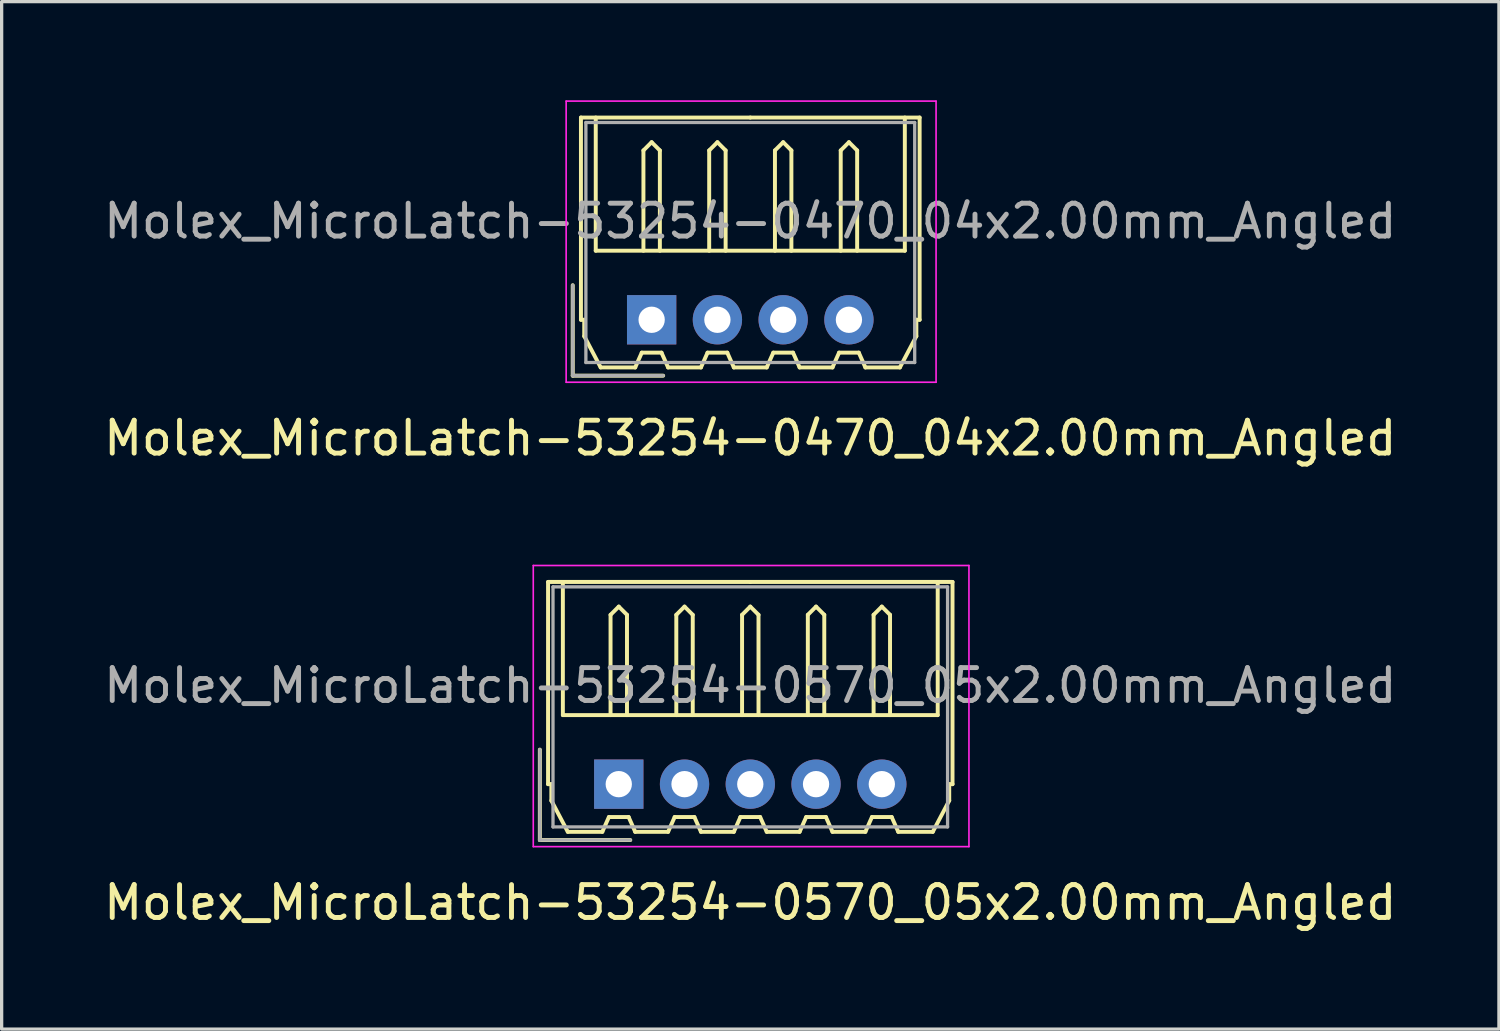
<source format=kicad_pcb>
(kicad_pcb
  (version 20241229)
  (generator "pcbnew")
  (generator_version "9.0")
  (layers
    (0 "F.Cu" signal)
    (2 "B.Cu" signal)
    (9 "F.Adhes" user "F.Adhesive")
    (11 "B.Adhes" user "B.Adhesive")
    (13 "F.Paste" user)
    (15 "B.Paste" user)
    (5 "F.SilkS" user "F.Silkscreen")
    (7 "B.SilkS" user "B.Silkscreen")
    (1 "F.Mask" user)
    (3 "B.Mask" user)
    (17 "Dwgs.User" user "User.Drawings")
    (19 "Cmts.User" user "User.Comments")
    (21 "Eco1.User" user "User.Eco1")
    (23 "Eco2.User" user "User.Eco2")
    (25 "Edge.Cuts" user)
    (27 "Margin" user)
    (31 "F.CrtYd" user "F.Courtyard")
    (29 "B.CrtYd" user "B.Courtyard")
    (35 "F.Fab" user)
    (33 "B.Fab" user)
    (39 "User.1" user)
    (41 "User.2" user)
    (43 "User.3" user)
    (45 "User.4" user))
  (footprint "Molex_MicroLatch-53254-0570_05x2.00mm_Angled"
    (layer "F.Cu")
    (at 15.768 20.798)
    (property "Reference" "Molex_MicroLatch-53254-0570_05x2.00mm_Angled" (at 4 3.6 0) (layer "F.SilkS") (effects (font (size 1 1) (thickness 0.15))))
    (attr through_hole)
    (fp_line (start -2.4 1.7) (end -2.4 -1.05) (stroke (width 0.12) (type solid)) (layer "F.SilkS"))
    (fp_line (start -2.15 -6.15) (end 4 -6.15) (stroke (width 0.12) (type solid)) (layer "F.SilkS"))
    (fp_line (start -2.15 0) (end -2.15 -6.15) (stroke (width 0.12) (type solid)) (layer "F.SilkS"))
    (fp_line (start -2.05 0) (end -2.15 0) (stroke (width 0.12) (type solid)) (layer "F.SilkS"))
    (fp_line (start -2.05 0.5) (end -2.05 0) (stroke (width 0.12) (type solid)) (layer "F.SilkS"))
    (fp_line (start -1.7 -6.15) (end -1.7 -2.1) (stroke (width 0.12) (type solid)) (layer "F.SilkS"))
    (fp_line (start -1.7 -2.1) (end 9.7 -2.1) (stroke (width 0.12) (type solid)) (layer "F.SilkS"))
    (fp_line (start -1.55 1.45) (end -2.05 0.5) (stroke (width 0.12) (type solid)) (layer "F.SilkS"))
    (fp_line (start -0.5 1.45) (end -1.55 1.45) (stroke (width 0.12) (type solid)) (layer "F.SilkS"))
    (fp_line (start -0.3 1) (end -0.5 1.45) (stroke (width 0.12) (type solid)) (layer "F.SilkS"))
    (fp_line (start -0.3 1) (end 0.3 1) (stroke (width 0.12) (type solid)) (layer "F.SilkS"))
    (fp_line (start -0.25 -5.15) (end 0 -5.4) (stroke (width 0.12) (type solid)) (layer "F.SilkS"))
    (fp_line (start -0.25 -2.1) (end -0.25 -5.15) (stroke (width 0.12) (type solid)) (layer "F.SilkS"))
    (fp_line (start 0 -5.4) (end 0.25 -5.15) (stroke (width 0.12) (type solid)) (layer "F.SilkS"))
    (fp_line (start 0.25 -5.15) (end 0.25 -2.1) (stroke (width 0.12) (type solid)) (layer "F.SilkS"))
    (fp_line (start 0.3 1) (end 0.5 1.45) (stroke (width 0.12) (type solid)) (layer "F.SilkS"))
    (fp_line (start 0.35 1.7) (end -2.4 1.7) (stroke (width 0.12) (type solid)) (layer "F.SilkS"))
    (fp_line (start 0.5 1.45) (end 1.5 1.45) (stroke (width 0.12) (type solid)) (layer "F.SilkS"))
    (fp_line (start 1.5 1.45) (end 1.7 1) (stroke (width 0.12) (type solid)) (layer "F.SilkS"))
    (fp_line (start 1.7 1) (end 2.3 1) (stroke (width 0.12) (type solid)) (layer "F.SilkS"))
    (fp_line (start 1.75 -5.15) (end 2 -5.4) (stroke (width 0.12) (type solid)) (layer "F.SilkS"))
    (fp_line (start 1.75 -2.1) (end 1.75 -5.15) (stroke (width 0.12) (type solid)) (layer "F.SilkS"))
    (fp_line (start 2 -5.4) (end 2.25 -5.15) (stroke (width 0.12) (type solid)) (layer "F.SilkS"))
    (fp_line (start 2.25 -5.15) (end 2.25 -2.1) (stroke (width 0.12) (type solid)) (layer "F.SilkS"))
    (fp_line (start 2.3 1) (end 2.5 1.45) (stroke (width 0.12) (type solid)) (layer "F.SilkS"))
    (fp_line (start 2.5 1.45) (end 3.5 1.45) (stroke (width 0.12) (type solid)) (layer "F.SilkS"))
    (fp_line (start 3.5 1.45) (end 3.7 1) (stroke (width 0.12) (type solid)) (layer "F.SilkS"))
    (fp_line (start 3.7 1) (end 4.3 1) (stroke (width 0.12) (type solid)) (layer "F.SilkS"))
    (fp_line (start 3.75 -5.15) (end 4 -5.4) (stroke (width 0.12) (type solid)) (layer "F.SilkS"))
    (fp_line (start 3.75 -2.1) (end 3.75 -5.15) (stroke (width 0.12) (type solid)) (layer "F.SilkS"))
    (fp_line (start 4 -5.4) (end 4.25 -5.15) (stroke (width 0.12) (type solid)) (layer "F.SilkS"))
    (fp_line (start 4.25 -5.15) (end 4.25 -2.1) (stroke (width 0.12) (type solid)) (layer "F.SilkS"))
    (fp_line (start 4.3 1) (end 4.5 1.45) (stroke (width 0.12) (type solid)) (layer "F.SilkS"))
    (fp_line (start 4.5 1.45) (end 5.5 1.45) (stroke (width 0.12) (type solid)) (layer "F.SilkS"))
    (fp_line (start 5.5 1.45) (end 5.7 1) (stroke (width 0.12) (type solid)) (layer "F.SilkS"))
    (fp_line (start 5.7 1) (end 6.3 1) (stroke (width 0.12) (type solid)) (layer "F.SilkS"))
    (fp_line (start 5.75 -5.15) (end 6 -5.4) (stroke (width 0.12) (type solid)) (layer "F.SilkS"))
    (fp_line (start 5.75 -2.1) (end 5.75 -5.15) (stroke (width 0.12) (type solid)) (layer "F.SilkS"))
    (fp_line (start 6 -5.4) (end 6.25 -5.15) (stroke (width 0.12) (type solid)) (layer "F.SilkS"))
    (fp_line (start 6.25 -5.15) (end 6.25 -2.1) (stroke (width 0.12) (type solid)) (layer "F.SilkS"))
    (fp_line (start 6.3 1) (end 6.5 1.45) (stroke (width 0.12) (type solid)) (layer "F.SilkS"))
    (fp_line (start 6.5 1.45) (end 7.5 1.45) (stroke (width 0.12) (type solid)) (layer "F.SilkS"))
    (fp_line (start 7.5 1.45) (end 7.7 1) (stroke (width 0.12) (type solid)) (layer "F.SilkS"))
    (fp_line (start 7.7 1) (end 8.3 1) (stroke (width 0.12) (type solid)) (layer "F.SilkS"))
    (fp_line (start 7.75 -5.15) (end 8 -5.4) (stroke (width 0.12) (type solid)) (layer "F.SilkS"))
    (fp_line (start 7.75 -2.1) (end 7.75 -5.15) (stroke (width 0.12) (type solid)) (layer "F.SilkS"))
    (fp_line (start 8 -5.4) (end 8.25 -5.15) (stroke (width 0.12) (type solid)) (layer "F.SilkS"))
    (fp_line (start 8.25 -5.15) (end 8.25 -2.1) (stroke (width 0.12) (type solid)) (layer "F.SilkS"))
    (fp_line (start 8.3 1) (end 8.5 1.45) (stroke (width 0.12) (type solid)) (layer "F.SilkS"))
    (fp_line (start 8.5 1.45) (end 9.55 1.45) (stroke (width 0.12) (type solid)) (layer "F.SilkS"))
    (fp_line (start 9.55 1.45) (end 10.05 0.5) (stroke (width 0.12) (type solid)) (layer "F.SilkS"))
    (fp_line (start 9.7 -2.1) (end 9.7 -6.15) (stroke (width 0.12) (type solid)) (layer "F.SilkS"))
    (fp_line (start 10.05 0) (end 10.15 0) (stroke (width 0.12) (type solid)) (layer "F.SilkS"))
    (fp_line (start 10.05 0.5) (end 10.05 0) (stroke (width 0.12) (type solid)) (layer "F.SilkS"))
    (fp_line (start 10.15 -6.15) (end 4 -6.15) (stroke (width 0.12) (type solid)) (layer "F.SilkS"))
    (fp_line (start 10.15 0) (end 10.15 -6.15) (stroke (width 0.12) (type solid)) (layer "F.SilkS"))
    (fp_line (start -2.6 -6.65) (end -2.6 1.9) (stroke (width 0.05) (type solid)) (layer "F.CrtYd"))
    (fp_line (start -2.6 1.9) (end 10.65 1.9) (stroke (width 0.05) (type solid)) (layer "F.CrtYd"))
    (fp_line (start 10.65 -6.65) (end -2.6 -6.65) (stroke (width 0.05) (type solid)) (layer "F.CrtYd"))
    (fp_line (start 10.65 1.9) (end 10.65 -6.65) (stroke (width 0.05) (type solid)) (layer "F.CrtYd"))
    (fp_line (start -2.4 1.7) (end -2.4 -1.05) (stroke (width 0.1) (type solid)) (layer "F.Fab"))
    (fp_line (start -2 -6) (end -2 1.3) (stroke (width 0.1) (type solid)) (layer "F.Fab"))
    (fp_line (start -2 1.3) (end 10 1.3) (stroke (width 0.1) (type solid)) (layer "F.Fab"))
    (fp_line (start 0.35 1.7) (end -2.4 1.7) (stroke (width 0.1) (type solid)) (layer "F.Fab"))
    (fp_line (start 10 -6) (end -2 -6) (stroke (width 0.1) (type solid)) (layer "F.Fab"))
    (fp_line (start 10 1.3) (end 10 -6) (stroke (width 0.1) (type solid)) (layer "F.Fab"))
    (fp_text user "${REFERENCE}" (at 4 -3 0) (layer "F.Fab") (effects (font (size 1 1) (thickness 0.15))))
    (pad "1" thru_hole rect (at 0 0) (size 1.5 1.5) (drill 0.8) (layers "*.Cu" "*.Mask"))
    (pad "2" thru_hole circle (at 2 0) (size 1.5 1.5) (drill 0.8) (layers "*.Cu" "*.Mask"))
    (pad "3" thru_hole circle (at 4 0) (size 1.5 1.5) (drill 0.8) (layers "*.Cu" "*.Mask"))
    (pad "4" thru_hole circle (at 6 0) (size 1.5 1.5) (drill 0.8) (layers "*.Cu" "*.Mask"))
    (pad "5" thru_hole circle (at 8 0) (size 1.5 1.5) (drill 0.8) (layers "*.Cu" "*.Mask")))
  (footprint "Molex_MicroLatch-53254-0470_04x2.00mm_Angled"
    (layer "F.Cu")
    (at 16.768 6.675)
    (property "Reference" "Molex_MicroLatch-53254-0470_04x2.00mm_Angled" (at 3 3.6 0) (layer "F.SilkS") (effects (font (size 1 1) (thickness 0.15))))
    (attr through_hole)
    (fp_line (start -2.4 1.7) (end -2.4 -1.05) (stroke (width 0.12) (type solid)) (layer "F.SilkS"))
    (fp_line (start -2.15 -6.15) (end 3 -6.15) (stroke (width 0.12) (type solid)) (layer "F.SilkS"))
    (fp_line (start -2.15 0) (end -2.15 -6.15) (stroke (width 0.12) (type solid)) (layer "F.SilkS"))
    (fp_line (start -2.05 0) (end -2.15 0) (stroke (width 0.12) (type solid)) (layer "F.SilkS"))
    (fp_line (start -2.05 0.5) (end -2.05 0) (stroke (width 0.12) (type solid)) (layer "F.SilkS"))
    (fp_line (start -1.7 -6.15) (end -1.7 -2.1) (stroke (width 0.12) (type solid)) (layer "F.SilkS"))
    (fp_line (start -1.7 -2.1) (end 7.7 -2.1) (stroke (width 0.12) (type solid)) (layer "F.SilkS"))
    (fp_line (start -1.55 1.45) (end -2.05 0.5) (stroke (width 0.12) (type solid)) (layer "F.SilkS"))
    (fp_line (start -0.5 1.45) (end -1.55 1.45) (stroke (width 0.12) (type solid)) (layer "F.SilkS"))
    (fp_line (start -0.3 1) (end -0.5 1.45) (stroke (width 0.12) (type solid)) (layer "F.SilkS"))
    (fp_line (start -0.3 1) (end 0.3 1) (stroke (width 0.12) (type solid)) (layer "F.SilkS"))
    (fp_line (start -0.25 -5.15) (end 0 -5.4) (stroke (width 0.12) (type solid)) (layer "F.SilkS"))
    (fp_line (start -0.25 -2.1) (end -0.25 -5.15) (stroke (width 0.12) (type solid)) (layer "F.SilkS"))
    (fp_line (start 0 -5.4) (end 0.25 -5.15) (stroke (width 0.12) (type solid)) (layer "F.SilkS"))
    (fp_line (start 0.25 -5.15) (end 0.25 -2.1) (stroke (width 0.12) (type solid)) (layer "F.SilkS"))
    (fp_line (start 0.3 1) (end 0.5 1.45) (stroke (width 0.12) (type solid)) (layer "F.SilkS"))
    (fp_line (start 0.35 1.7) (end -2.4 1.7) (stroke (width 0.12) (type solid)) (layer "F.SilkS"))
    (fp_line (start 0.5 1.45) (end 1.5 1.45) (stroke (width 0.12) (type solid)) (layer "F.SilkS"))
    (fp_line (start 1.5 1.45) (end 1.7 1) (stroke (width 0.12) (type solid)) (layer "F.SilkS"))
    (fp_line (start 1.7 1) (end 2.3 1) (stroke (width 0.12) (type solid)) (layer "F.SilkS"))
    (fp_line (start 1.75 -5.15) (end 2 -5.4) (stroke (width 0.12) (type solid)) (layer "F.SilkS"))
    (fp_line (start 1.75 -2.1) (end 1.75 -5.15) (stroke (width 0.12) (type solid)) (layer "F.SilkS"))
    (fp_line (start 2 -5.4) (end 2.25 -5.15) (stroke (width 0.12) (type solid)) (layer "F.SilkS"))
    (fp_line (start 2.25 -5.15) (end 2.25 -2.1) (stroke (width 0.12) (type solid)) (layer "F.SilkS"))
    (fp_line (start 2.3 1) (end 2.5 1.45) (stroke (width 0.12) (type solid)) (layer "F.SilkS"))
    (fp_line (start 2.5 1.45) (end 3.5 1.45) (stroke (width 0.12) (type solid)) (layer "F.SilkS"))
    (fp_line (start 3.5 1.45) (end 3.7 1) (stroke (width 0.12) (type solid)) (layer "F.SilkS"))
    (fp_line (start 3.7 1) (end 4.3 1) (stroke (width 0.12) (type solid)) (layer "F.SilkS"))
    (fp_line (start 3.75 -5.15) (end 4 -5.4) (stroke (width 0.12) (type solid)) (layer "F.SilkS"))
    (fp_line (start 3.75 -2.1) (end 3.75 -5.15) (stroke (width 0.12) (type solid)) (layer "F.SilkS"))
    (fp_line (start 4 -5.4) (end 4.25 -5.15) (stroke (width 0.12) (type solid)) (layer "F.SilkS"))
    (fp_line (start 4.25 -5.15) (end 4.25 -2.1) (stroke (width 0.12) (type solid)) (layer "F.SilkS"))
    (fp_line (start 4.3 1) (end 4.5 1.45) (stroke (width 0.12) (type solid)) (layer "F.SilkS"))
    (fp_line (start 4.5 1.45) (end 5.5 1.45) (stroke (width 0.12) (type solid)) (layer "F.SilkS"))
    (fp_line (start 5.5 1.45) (end 5.7 1) (stroke (width 0.12) (type solid)) (layer "F.SilkS"))
    (fp_line (start 5.7 1) (end 6.3 1) (stroke (width 0.12) (type solid)) (layer "F.SilkS"))
    (fp_line (start 5.75 -5.15) (end 6 -5.4) (stroke (width 0.12) (type solid)) (layer "F.SilkS"))
    (fp_line (start 5.75 -2.1) (end 5.75 -5.15) (stroke (width 0.12) (type solid)) (layer "F.SilkS"))
    (fp_line (start 6 -5.4) (end 6.25 -5.15) (stroke (width 0.12) (type solid)) (layer "F.SilkS"))
    (fp_line (start 6.25 -5.15) (end 6.25 -2.1) (stroke (width 0.12) (type solid)) (layer "F.SilkS"))
    (fp_line (start 6.3 1) (end 6.5 1.45) (stroke (width 0.12) (type solid)) (layer "F.SilkS"))
    (fp_line (start 6.5 1.45) (end 7.55 1.45) (stroke (width 0.12) (type solid)) (layer "F.SilkS"))
    (fp_line (start 7.55 1.45) (end 8.05 0.5) (stroke (width 0.12) (type solid)) (layer "F.SilkS"))
    (fp_line (start 7.7 -2.1) (end 7.7 -6.15) (stroke (width 0.12) (type solid)) (layer "F.SilkS"))
    (fp_line (start 8.05 0) (end 8.15 0) (stroke (width 0.12) (type solid)) (layer "F.SilkS"))
    (fp_line (start 8.05 0.5) (end 8.05 0) (stroke (width 0.12) (type solid)) (layer "F.SilkS"))
    (fp_line (start 8.15 -6.15) (end 3 -6.15) (stroke (width 0.12) (type solid)) (layer "F.SilkS"))
    (fp_line (start 8.15 0) (end 8.15 -6.15) (stroke (width 0.12) (type solid)) (layer "F.SilkS"))
    (fp_line (start -2.6 -6.65) (end -2.6 1.9) (stroke (width 0.05) (type solid)) (layer "F.CrtYd"))
    (fp_line (start -2.6 1.9) (end 8.65 1.9) (stroke (width 0.05) (type solid)) (layer "F.CrtYd"))
    (fp_line (start 8.65 -6.65) (end -2.6 -6.65) (stroke (width 0.05) (type solid)) (layer "F.CrtYd"))
    (fp_line (start 8.65 1.9) (end 8.65 -6.65) (stroke (width 0.05) (type solid)) (layer "F.CrtYd"))
    (fp_line (start -2.4 1.7) (end -2.4 -1.05) (stroke (width 0.1) (type solid)) (layer "F.Fab"))
    (fp_line (start -2 -6) (end -2 1.3) (stroke (width 0.1) (type solid)) (layer "F.Fab"))
    (fp_line (start -2 1.3) (end 8 1.3) (stroke (width 0.1) (type solid)) (layer "F.Fab"))
    (fp_line (start 0.35 1.7) (end -2.4 1.7) (stroke (width 0.1) (type solid)) (layer "F.Fab"))
    (fp_line (start 8 -6) (end -2 -6) (stroke (width 0.1) (type solid)) (layer "F.Fab"))
    (fp_line (start 8 1.3) (end 8 -6) (stroke (width 0.1) (type solid)) (layer "F.Fab"))
    (fp_text user "${REFERENCE}" (at 3 -3 0) (layer "F.Fab") (effects (font (size 1 1) (thickness 0.15))))
    (pad "1" thru_hole rect (at 0 0) (size 1.5 1.5) (drill 0.8) (layers "*.Cu" "*.Mask"))
    (pad "2" thru_hole circle (at 2 0) (size 1.5 1.5) (drill 0.8) (layers "*.Cu" "*.Mask"))
    (pad "3" thru_hole circle (at 4 0) (size 1.5 1.5) (drill 0.8) (layers "*.Cu" "*.Mask"))
    (pad "4" thru_hole circle (at 6 0) (size 1.5 1.5) (drill 0.8) (layers "*.Cu" "*.Mask")))
  (gr_rect
    (start -3 -3)
    (end 42.536 28.247)
    (stroke (width 0.1) (type default))
    (fill no)
    (layer "Edge.Cuts")))
</source>
